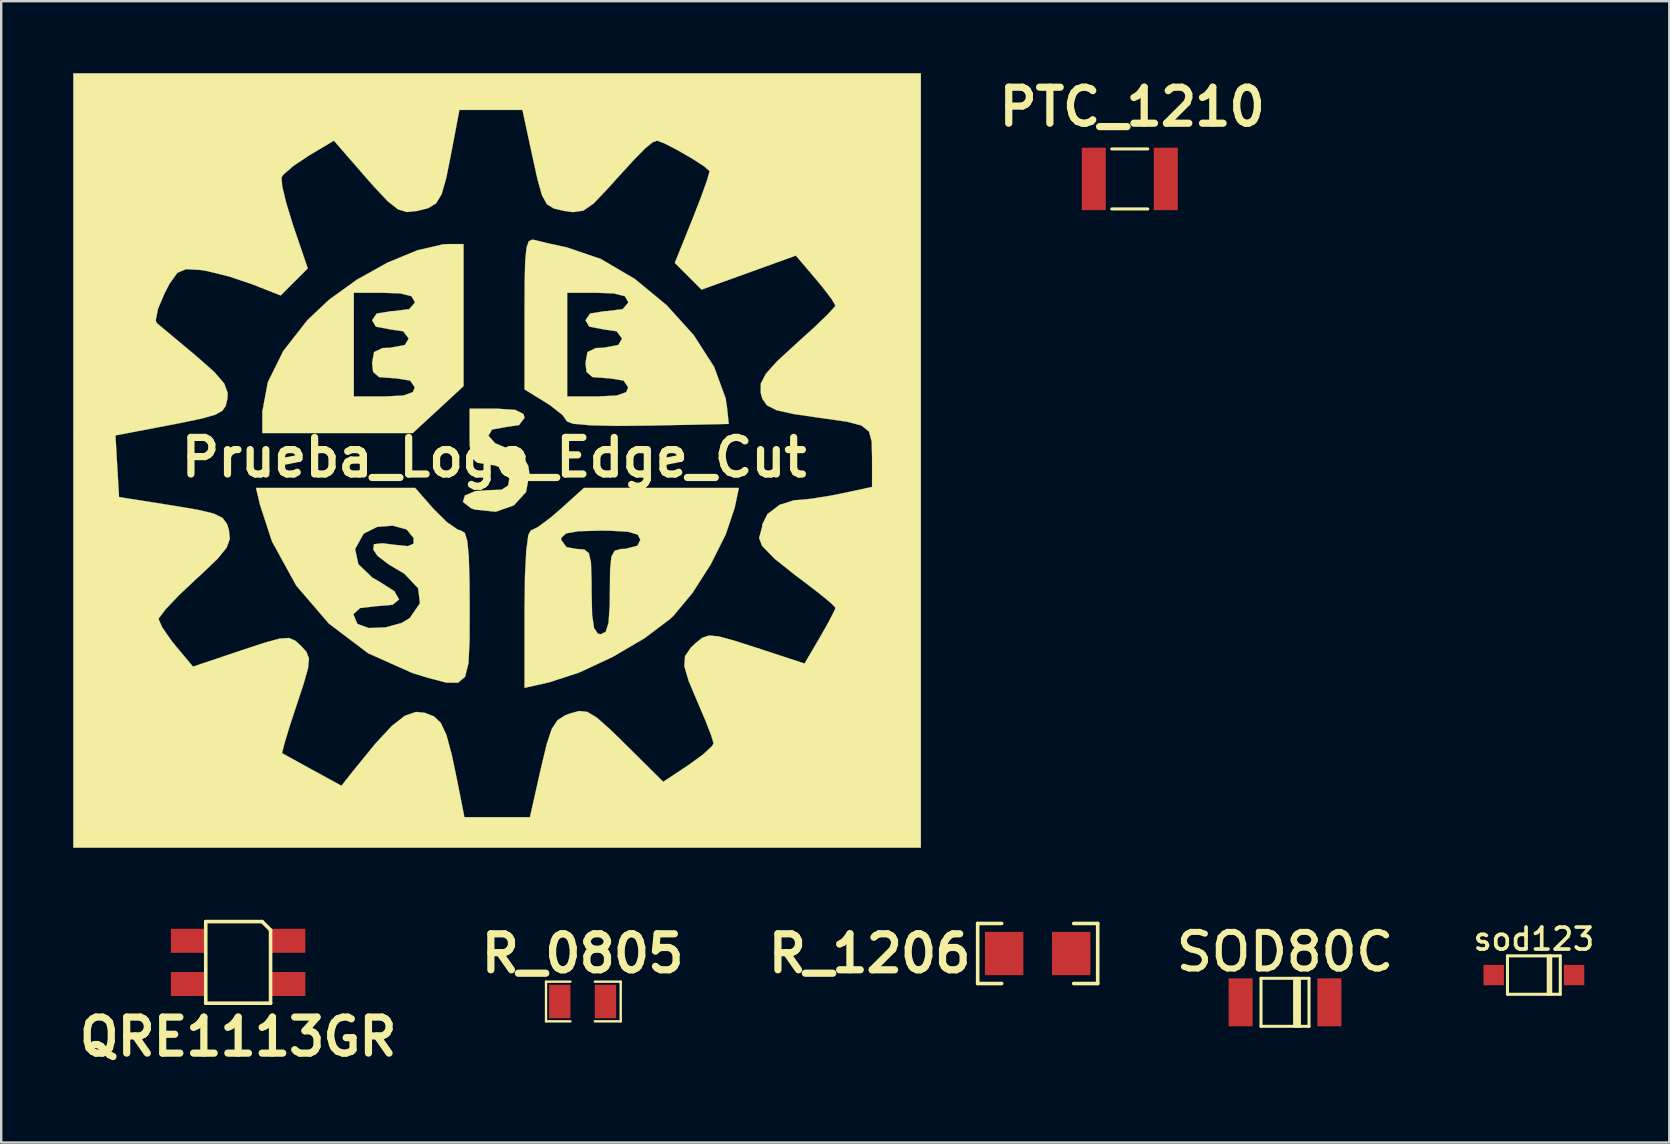
<source format=kicad_pcb>
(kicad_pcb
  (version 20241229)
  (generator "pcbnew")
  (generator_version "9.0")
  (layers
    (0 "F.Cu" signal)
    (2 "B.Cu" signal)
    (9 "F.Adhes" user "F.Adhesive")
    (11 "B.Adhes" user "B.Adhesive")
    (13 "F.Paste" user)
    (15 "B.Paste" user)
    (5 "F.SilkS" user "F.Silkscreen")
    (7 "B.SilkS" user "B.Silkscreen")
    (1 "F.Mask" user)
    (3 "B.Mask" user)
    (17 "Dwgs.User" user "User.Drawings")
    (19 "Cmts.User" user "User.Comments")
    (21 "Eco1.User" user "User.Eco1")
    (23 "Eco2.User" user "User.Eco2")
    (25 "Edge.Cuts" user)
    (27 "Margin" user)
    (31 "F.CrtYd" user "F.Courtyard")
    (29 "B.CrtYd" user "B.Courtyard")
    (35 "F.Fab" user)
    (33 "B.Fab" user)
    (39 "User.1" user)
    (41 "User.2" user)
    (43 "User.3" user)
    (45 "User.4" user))
  (footprint "sod123"
    (layer "F.Cu")
    (at 60.85 37.57)
    (property "Reference" "sod123" (at 0 -1.5 0) (layer "F.SilkS") (effects (font (size 0.914 0.914) (thickness 0.152))))
    (attr through_hole)
    (fp_line (start -1.1 -0.8) (end 1.1 -0.8) (stroke (width 0.127) (type solid)) (layer "F.SilkS"))
    (fp_line (start -1.1 0.8) (end -1.1 -0.8) (stroke (width 0.127) (type solid)) (layer "F.SilkS"))
    (fp_line (start 0.599 0.8) (end 0.599 -0.8) (stroke (width 0.127) (type solid)) (layer "F.SilkS"))
    (fp_line (start 0.701 -0.8) (end 0.701 0.8) (stroke (width 0.127) (type solid)) (layer "F.SilkS"))
    (fp_line (start 1.1 -0.8) (end 1.1 0.8) (stroke (width 0.127) (type solid)) (layer "F.SilkS"))
    (fp_line (start 1.1 0.8) (end -1.1 0.8) (stroke (width 0.127) (type solid)) (layer "F.SilkS"))
    (pad "1" smd rect (at -1.674 0) (size 0.851 0.851) (layers "F.Cu" "F.Mask" "F.Paste"))
    (pad "2" smd rect (at 1.674 0) (size 0.851 0.851) (layers "F.Cu" "F.Mask" "F.Paste")))
  (footprint "PTC_1210"
    (layer "F.Cu")
    (at 44.016 4.404)
    (property "Reference" "PTC_1210" (at 0.1 -3 0) (layer "F.SilkS") (effects (font (size 1.5 1.5) (thickness 0.3))))
    (attr through_hole)
    (fp_line (start -0.75 1.25) (end 0.75 1.25) (stroke (width 0.127) (type solid)) (layer "F.SilkS"))
    (fp_line (start 0.75 -1.25) (end -0.75 -1.25) (stroke (width 0.127) (type solid)) (layer "F.SilkS"))
    (pad "1" smd rect (at 1.5 0) (size 1 2.6) (layers "F.Cu" "F.Mask" "F.Paste"))
    (pad "2" smd rect (at -1.5 0) (size 1 2.6) (layers "F.Cu" "F.Mask" "F.Paste")))
  (footprint "SOD80C"
    (layer "F.Cu")
    (at 50.482 38.705)
    (property "Reference" "SOD80C" (at 0 -2.1 0) (layer "F.SilkS") (effects (font (size 1.524 1.524) (thickness 0.254))))
    (attr through_hole)
    (fp_line (start -1 -1) (end -1 1) (stroke (width 0.127) (type solid)) (layer "F.SilkS"))
    (fp_line (start -1 1) (end 1 1) (stroke (width 0.127) (type solid)) (layer "F.SilkS"))
    (fp_line (start 0.4 -1) (end 0.4 1) (stroke (width 0.127) (type solid)) (layer "F.SilkS"))
    (fp_line (start 0.5 1) (end 0.5 -1) (stroke (width 0.127) (type solid)) (layer "F.SilkS"))
    (fp_line (start 0.6 -1) (end 0.6 1) (stroke (width 0.127) (type solid)) (layer "F.SilkS"))
    (fp_line (start 1 -1) (end -1 -1) (stroke (width 0.127) (type solid)) (layer "F.SilkS"))
    (fp_line (start 1 1) (end 1 -1) (stroke (width 0.127) (type solid)) (layer "F.SilkS"))
    (pad "1" smd rect (at -1.849 0) (size 1.001 1.999) (layers "F.Cu" "F.Mask" "F.Paste"))
    (pad "2" smd rect (at 1.849 0) (size 1.001 1.999) (layers "F.Cu" "F.Mask" "F.Paste")))
  (footprint "R_0805"
    (layer "F.Cu")
    (at 21.221 38.672)
    (property "Reference" "R_0805" (at 0 -2 0) (layer "F.SilkS") (effects (font (size 1.5 1.5) (thickness 0.3))))
    (attr smd)
    (fp_line (start -1.524 -0.826) (end -0.508 -0.826) (stroke (width 0.099) (type solid)) (layer "F.SilkS"))
    (fp_line (start -1.524 0.826) (end -1.524 -0.826) (stroke (width 0.099) (type solid)) (layer "F.SilkS"))
    (fp_line (start -0.508 0.826) (end -1.524 0.826) (stroke (width 0.099) (type solid)) (layer "F.SilkS"))
    (fp_line (start 0.508 -0.826) (end 1.587 -0.826) (stroke (width 0.099) (type solid)) (layer "F.SilkS"))
    (fp_line (start 1.587 -0.826) (end 1.587 0.826) (stroke (width 0.099) (type solid)) (layer "F.SilkS"))
    (fp_line (start 1.587 0.826) (end 0.508 0.826) (stroke (width 0.099) (type solid)) (layer "F.SilkS"))
    (pad "1" smd rect (at -0.953 0) (size 0.889 1.397) (layers "F.Cu" "F.Mask" "F.Paste"))
    (pad "2" smd rect (at 0.953 0) (size 0.889 1.397) (layers "F.Cu" "F.Mask" "F.Paste")))
  (footprint "Prueba_Logo_Edge_Cut"
    (layer "F.Cu")
    (at 17.531 16.007)
    (property "Reference" "Prueba_Logo_Edge_Cut" (at 0 0 0) (layer "F.SilkS") (effects (font (size 1.524 1.524) (thickness 0.3))))
    (attr through_hole)
    (fp_poly (pts (xy 0.88 -1.982) (xy 1.224 -1.813) (xy 1.27 -1.651) (xy 1.043 -1.349) (xy 0.508 -1.27) (xy -0.082 -1.163) (xy -0.234 -0.906) (xy 0.045 -0.594) (xy 0.572 -0.37) (xy 1.169 -0.101) (xy 1.425 0.349) (xy 1.475 0.674) (xy 1.334 1.442) (xy 0.826 1.995) (xy 0.072 2.261) (xy -0.808 2.17) (xy -0.953 2.118) (xy -1.297 1.853) (xy -1.214 1.585) (xy -0.779 1.401) (xy -0.318 1.368) (xy 0.319 1.342) (xy 0.589 1.164) (xy 0.635 0.889) (xy 0.502 0.508) (xy 0.023 0.328) (xy -0.191 0.301) (xy -0.701 0.219) (xy -0.941 0.003) (xy -1.012 -0.496) (xy -1.016 -0.905) (xy -1.016 -2.032) (xy 0.127 -2.032) (xy 0.88 -1.982)) (stroke (width 0.01) (type solid)) (fill yes) (layer "F.SilkS"))
    (fp_poly (pts (xy -1.27 -2.97) (xy -2.328 -1.993) (xy -3.387 -1.016) (xy -9.652 -1.016) (xy -9.652 -1.913) (xy -9.424 -3.134) (xy -8.78 -4.435) (xy -7.779 -5.717) (xy -6.875 -6.57) (xy -6.475 -6.858) (xy -5.842 -6.858) (xy -5.842 -2.54) (xy -4.572 -2.54) (xy -3.773 -2.581) (xy -3.383 -2.722) (xy -3.302 -2.921) (xy -3.495 -3.203) (xy -4.11 -3.301) (xy -4.191 -3.302) (xy -4.792 -3.349) (xy -5.038 -3.563) (xy -5.08 -3.937) (xy -4.998 -4.391) (xy -4.649 -4.557) (xy -4.318 -4.572) (xy -3.713 -4.686) (xy -3.556 -4.953) (xy -3.783 -5.255) (xy -4.318 -5.334) (xy -4.923 -5.448) (xy -5.08 -5.715) (xy -4.887 -5.997) (xy -4.272 -6.095) (xy -4.191 -6.096) (xy -3.533 -6.179) (xy -3.304 -6.442) (xy -3.302 -6.477) (xy -3.438 -6.717) (xy -3.909 -6.834) (xy -4.572 -6.858) (xy -5.842 -6.858) (xy -6.475 -6.858) (xy -5.709 -7.41) (xy -4.431 -8.121) (xy -3.187 -8.633) (xy -2.124 -8.878) (xy -1.895 -8.89) (xy -1.27 -8.89) (xy -1.27 -2.97)) (stroke (width 0.01) (type solid)) (fill yes) (layer "F.SilkS"))
    (fp_poly (pts (xy 10.026 2.095) (xy 9.655 3.2) (xy 9.029 4.452) (xy 8.261 5.653) (xy 7.468 6.603) (xy 7.336 6.728) (xy 6.273 7.529) (xy 4.943 8.309) (xy 3.554 8.957) (xy 2.317 9.363) (xy 2.304 9.366) (xy 1.27 9.598) (xy 1.27 6.323) (xy 1.289 4.924) (xy 1.343 3.877) (xy 1.402 3.429) (xy 2.794 3.429) (xy 3.015 3.735) (xy 3.429 3.81) (xy 3.761 3.836) (xy 3.951 3.988) (xy 4.038 4.377) (xy 4.063 5.114) (xy 4.064 5.588) (xy 4.086 6.554) (xy 4.167 7.107) (xy 4.326 7.34) (xy 4.445 7.366) (xy 4.652 7.261) (xy 4.77 6.885) (xy 4.82 6.145) (xy 4.826 5.588) (xy 4.835 4.659) (xy 4.89 4.127) (xy 5.029 3.882) (xy 5.292 3.813) (xy 5.461 3.81) (xy 5.972 3.678) (xy 6.096 3.429) (xy 5.986 3.215) (xy 5.592 3.097) (xy 4.82 3.051) (xy 4.445 3.048) (xy 3.519 3.073) (xy 3.004 3.164) (xy 2.806 3.343) (xy 2.794 3.429) (xy 1.402 3.429) (xy 1.428 3.234) (xy 1.523 3.048) (xy 1.842 2.89) (xy 2.383 2.485) (xy 2.761 2.159) (xy 3.745 1.27) (xy 10.2 1.27) (xy 10.026 2.095)) (stroke (width 0.01) (type solid)) (fill yes) (layer "F.SilkS"))
    (fp_poly (pts (xy -2.506 2.159) (xy -1.967 2.691) (xy -1.509 3.009) (xy -1.371 3.048) (xy -1.218 3.143) (xy -1.115 3.475) (xy -1.052 4.116) (xy -1.022 5.139) (xy -1.016 6.223) (xy -1.019 7.618) (xy -1.064 8.567) (xy -1.205 9.135) (xy -1.497 9.385) (xy -1.994 9.379) (xy -2.751 9.181) (xy -3.398 8.982) (xy -5.245 8.158) (xy -6.881 6.92) (xy -7.219 6.527) (xy -5.863 6.527) (xy -5.704 6.911) (xy -5.673 6.943) (xy -5.217 7.105) (xy -4.533 7.081) (xy -3.856 6.898) (xy -3.513 6.692) (xy -3.086 6.072) (xy -3.162 5.452) (xy -3.736 4.844) (xy -4.389 4.455) (xy -4.857 4.099) (xy -5.031 3.835) (xy -5.003 3.614) (xy -4.645 3.574) (xy -4.209 3.631) (xy -3.596 3.696) (xy -3.355 3.594) (xy -3.352 3.352) (xy -3.641 3) (xy -4.211 2.842) (xy -4.867 2.892) (xy -5.414 3.166) (xy -5.443 3.193) (xy -5.787 3.814) (xy -5.655 4.443) (xy -5.07 5.006) (xy -4.826 5.143) (xy -4.155 5.569) (xy -3.955 5.915) (xy -4.224 6.137) (xy -4.889 6.194) (xy -5.575 6.272) (xy -5.863 6.527) (xy -7.219 6.527) (xy -8.239 5.341) (xy -9.253 3.494) (xy -9.751 1.968) (xy -9.916 1.27) (xy -3.286 1.27) (xy -2.506 2.159)) (stroke (width 0.01) (type solid)) (fill yes) (layer "F.SilkS"))
    (fp_poly (pts (xy 1.714 -9.053) (xy 2.267 -8.917) (xy 2.999 -8.758) (xy 3.038 -8.75) (xy 4.455 -8.265) (xy 5.869 -7.434) (xy 7.187 -6.347) (xy 8.318 -5.097) (xy 9.168 -3.775) (xy 9.646 -2.472) (xy 9.7 -2.135) (xy 9.779 -1.397) (xy 6.413 -1.326) (xy 5.05 -1.315) (xy 3.989 -1.341) (xy 3.3 -1.402) (xy 3.048 -1.494) (xy 3.048 -1.496) (xy 2.851 -1.768) (xy 2.359 -2.157) (xy 2.159 -2.286) (xy 1.27 -2.835) (xy 1.27 -6.007) (xy 1.274 -6.858) (xy 3.048 -6.858) (xy 3.048 -2.54) (xy 4.318 -2.54) (xy 5.117 -2.581) (xy 5.507 -2.722) (xy 5.588 -2.921) (xy 5.395 -3.203) (xy 4.78 -3.301) (xy 4.699 -3.302) (xy 4.098 -3.349) (xy 3.852 -3.563) (xy 3.81 -3.937) (xy 3.892 -4.391) (xy 4.241 -4.557) (xy 4.572 -4.572) (xy 5.177 -4.686) (xy 5.334 -4.953) (xy 5.107 -5.255) (xy 4.572 -5.334) (xy 3.967 -5.448) (xy 3.81 -5.715) (xy 4.003 -5.997) (xy 4.618 -6.095) (xy 4.699 -6.096) (xy 5.357 -6.179) (xy 5.586 -6.442) (xy 5.588 -6.477) (xy 5.452 -6.717) (xy 4.981 -6.834) (xy 4.318 -6.858) (xy 3.048 -6.858) (xy 1.274 -6.858) (xy 1.276 -7.324) (xy 1.3 -8.211) (xy 1.354 -8.747) (xy 1.45 -9.008) (xy 1.599 -9.074) (xy 1.714 -9.053)) (stroke (width 0.01) (type solid)) (fill yes) (layer "F.SilkS"))
    (fp_poly (pts (xy 17.78 16.256) (xy -17.526 16.256) (xy -17.526 -0.918) (xy -15.771 -0.918) (xy -15.696 0.366) (xy -15.621 1.65) (xy -13.418 1.998) (xy -12.355 2.177) (xy -11.688 2.335) (xy -11.314 2.516) (xy -11.126 2.766) (xy -11.046 3.015) (xy -11.006 3.39) (xy -11.14 3.759) (xy -11.516 4.221) (xy -12.202 4.877) (xy -12.425 5.08) (xy -13.142 5.757) (xy -13.682 6.325) (xy -13.955 6.687) (xy -13.972 6.741) (xy -13.82 7.083) (xy -13.439 7.631) (xy -13.256 7.859) (xy -12.542 8.714) (xy -10.534 8.039) (xy -9.548 7.714) (xy -8.923 7.544) (xy -8.54 7.52) (xy -8.277 7.633) (xy -8.041 7.848) (xy -7.81 8.106) (xy -7.709 8.376) (xy -7.747 8.777) (xy -7.932 9.433) (xy -8.221 10.307) (xy -8.52 11.219) (xy -8.732 11.918) (xy -8.825 12.29) (xy -8.824 12.321) (xy -8.586 12.454) (xy -8.04 12.755) (xy -7.56 13.018) (xy -6.356 13.677) (xy -5.854 13.039) (xy -4.947 11.925) (xy -4.255 11.182) (xy -3.712 10.759) (xy -3.254 10.601) (xy -2.891 10.636) (xy -2.502 10.787) (xy -2.216 11.061) (xy -1.985 11.553) (xy -1.766 12.36) (xy -1.522 13.525) (xy -1.234 14.986) (xy 1.495 14.986) (xy 1.951 12.958) (xy 2.194 11.942) (xy 2.404 11.31) (xy 2.642 10.948) (xy 2.967 10.741) (xy 3.16 10.667) (xy 3.547 10.563) (xy 3.885 10.6) (xy 4.282 10.837) (xy 4.841 11.332) (xy 5.481 11.958) (xy 7.048 13.511) (xy 8.096 12.818) (xy 8.702 12.377) (xy 9.081 12.026) (xy 9.144 11.911) (xy 9.048 11.582) (xy 8.798 10.94) (xy 8.509 10.263) (xy 8.109 9.314) (xy 7.927 8.694) (xy 7.957 8.275) (xy 8.193 7.929) (xy 8.394 7.736) (xy 8.67 7.514) (xy 8.956 7.417) (xy 9.373 7.457) (xy 10.043 7.641) (xy 10.925 7.925) (xy 12.936 8.585) (xy 13.58 7.486) (xy 13.95 6.831) (xy 14.183 6.376) (xy 14.224 6.262) (xy 14.034 6.064) (xy 13.528 5.649) (xy 12.805 5.096) (xy 12.566 4.919) (xy 11.686 4.219) (xy 11.165 3.681) (xy 11.042 3.354) (xy 11.166 2.899) (xy 11.176 2.791) (xy 11.391 2.357) (xy 11.903 1.971) (xy 12.507 1.781) (xy 12.579 1.778) (xy 13.182 1.725) (xy 14.027 1.59) (xy 14.465 1.503) (xy 15.748 1.228) (xy 15.748 -0.004) (xy 15.733 -0.663) (xy 15.62 -1.079) (xy 15.311 -1.329) (xy 14.707 -1.488) (xy 13.707 -1.632) (xy 13.589 -1.648) (xy 12.478 -1.809) (xy 11.772 -1.968) (xy 11.371 -2.168) (xy 11.174 -2.45) (xy 11.107 -2.701) (xy 11.112 -3.075) (xy 11.319 -3.481) (xy 11.796 -4.012) (xy 12.606 -4.757) (xy 13.34 -5.421) (xy 13.899 -5.959) (xy 14.195 -6.283) (xy 14.22 -6.332) (xy 14.067 -6.593) (xy 13.681 -7.098) (xy 13.395 -7.443) (xy 12.573 -8.409) (xy 10.609 -7.7) (xy 8.644 -6.991) (xy 7.53 -8.105) (xy 8.274 -9.952) (xy 8.619 -10.838) (xy 8.868 -11.53) (xy 8.976 -11.904) (xy 8.976 -11.932) (xy 8.748 -12.131) (xy 8.24 -12.458) (xy 7.627 -12.811) (xy 7.083 -13.091) (xy 6.795 -13.197) (xy 6.611 -13.133) (xy 6.308 -12.886) (xy 5.824 -12.395) (xy 5.096 -11.599) (xy 4.741 -11.203) (xy 4.153 -10.583) (xy 3.72 -10.282) (xy 3.286 -10.22) (xy 2.91 -10.272) (xy 2.482 -10.374) (xy 2.199 -10.555) (xy 1.996 -10.925) (xy 1.809 -11.593) (xy 1.618 -12.456) (xy 1.183 -14.478) (xy -1.443 -14.478) (xy -1.775 -12.718) (xy -1.989 -11.647) (xy -2.181 -10.971) (xy -2.413 -10.585) (xy -2.747 -10.383) (xy -3.213 -10.267) (xy -3.631 -10.224) (xy -3.999 -10.334) (xy -4.425 -10.668) (xy -5.016 -11.298) (xy -5.329 -11.654) (xy -6.671 -13.197) (xy -7.714 -12.575) (xy -8.351 -12.15) (xy -8.773 -11.784) (xy -8.854 -11.664) (xy -8.824 -11.295) (xy -8.655 -10.595) (xy -8.383 -9.708) (xy -8.355 -9.625) (xy -7.759 -7.876) (xy -8.888 -6.748) (xy -10.095 -7.222) (xy -11.022 -7.534) (xy -11.937 -7.762) (xy -12.238 -7.811) (xy -12.824 -7.845) (xy -13.192 -7.693) (xy -13.512 -7.245) (xy -13.719 -6.853) (xy -13.999 -6.19) (xy -14.093 -5.718) (xy -14.054 -5.603) (xy -13.766 -5.362) (xy -13.204 -4.892) (xy -12.485 -4.292) (xy -12.418 -4.236) (xy -11.655 -3.563) (xy -11.238 -3.078) (xy -11.094 -2.681) (xy -11.11 -2.433) (xy -11.179 -2.149) (xy -11.317 -1.944) (xy -11.613 -1.781) (xy -12.158 -1.625) (xy -13.041 -1.44) (xy -14.045 -1.247) (xy -15.771 -0.918) (xy -17.526 -0.918) (xy -17.526 -16.002) (xy 17.78 -16.002) (xy 17.78 16.256)) (stroke (width 0.01) (type solid)) (fill yes) (layer "F.SilkS")))
  (footprint "R_1206"
    (layer "F.Cu")
    (at 40.179 36.672)
    (property "Reference" "R_1206" (at -7 0 0) (layer "F.SilkS") (effects (font (size 1.5 1.5) (thickness 0.3))))
    (attr through_hole)
    (fp_line (start -2.5 -1.25) (end -2.5 1.25) (stroke (width 0.15) (type solid)) (layer "F.SilkS"))
    (fp_line (start -2.5 1.25) (end -1.5 1.25) (stroke (width 0.15) (type solid)) (layer "F.SilkS"))
    (fp_line (start -1.5 -1.25) (end -2.5 -1.25) (stroke (width 0.15) (type solid)) (layer "F.SilkS"))
    (fp_line (start 1.5 -1.25) (end 2.5 -1.25) (stroke (width 0.15) (type solid)) (layer "F.SilkS"))
    (fp_line (start 1.5 1.25) (end 2.5 1.25) (stroke (width 0.15) (type solid)) (layer "F.SilkS"))
    (fp_line (start 2.5 1.25) (end 2.5 -1.25) (stroke (width 0.15) (type solid)) (layer "F.SilkS"))
    (pad "1" smd rect (at 1.397 0) (size 1.6 1.803) (layers "F.Cu" "F.Mask" "F.Paste"))
    (pad "2" smd rect (at -1.397 0) (size 1.6 1.803) (layers "F.Cu" "F.Mask" "F.Paste")))
  (footprint "QRE1113GR"
    (layer "F.Cu")
    (at 6.871 37.043)
    (property "Reference" "QRE1113GR" (at 0 3.1 0) (layer "F.SilkS") (effects (font (size 1.5 1.5) (thickness 0.3))))
    (attr through_hole)
    (fp_line (start -1.35 -1.7) (end 1 -1.7) (stroke (width 0.15) (type solid)) (layer "F.SilkS"))
    (fp_line (start -1.35 1.7) (end -1.35 -1.7) (stroke (width 0.15) (type solid)) (layer "F.SilkS"))
    (fp_line (start 1 -1.7) (end 1.35 -1.35) (stroke (width 0.15) (type solid)) (layer "F.SilkS"))
    (fp_line (start 1.35 -1.35) (end 1.35 1.7) (stroke (width 0.15) (type solid)) (layer "F.SilkS"))
    (fp_line (start 1.35 1.7) (end -1.35 1.7) (stroke (width 0.15) (type solid)) (layer "F.SilkS"))
    (pad "1" smd rect (at 2.1 -0.9) (size 1.4 1) (layers "F.Cu" "F.Mask" "F.Paste"))
    (pad "2" smd rect (at -2.1 -0.9) (size 1.4 1) (layers "F.Cu" "F.Mask" "F.Paste"))
    (pad "3" smd rect (at -2.1 0.9) (size 1.4 1) (layers "F.Cu" "F.Mask" "F.Paste"))
    (pad "4" smd rect (at 2.1 0.9) (size 1.4 1) (layers "F.Cu" "F.Mask" "F.Paste")))
  (gr_rect
    (start -3 -3)
    (end 66.491 44.547)
    (stroke (width 0.1) (type default))
    (fill no)
    (layer "Edge.Cuts")))
</source>
